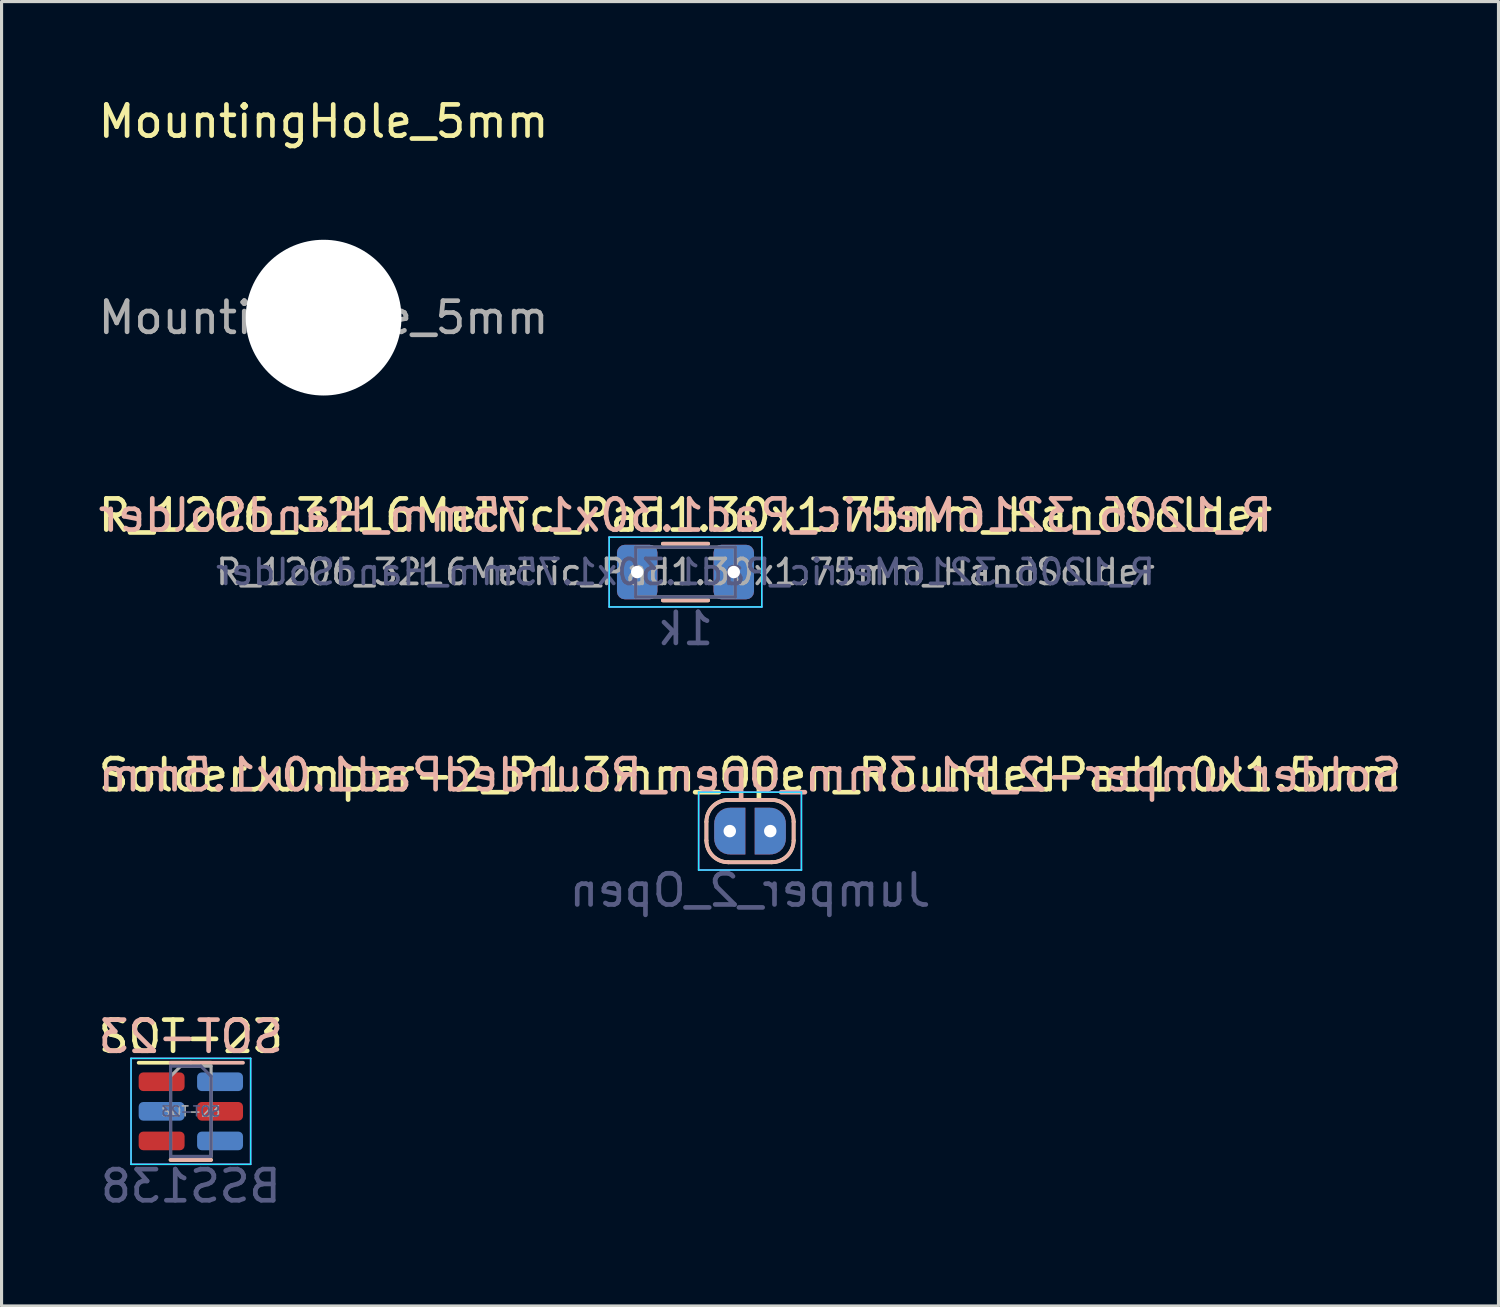
<source format=kicad_pcb>
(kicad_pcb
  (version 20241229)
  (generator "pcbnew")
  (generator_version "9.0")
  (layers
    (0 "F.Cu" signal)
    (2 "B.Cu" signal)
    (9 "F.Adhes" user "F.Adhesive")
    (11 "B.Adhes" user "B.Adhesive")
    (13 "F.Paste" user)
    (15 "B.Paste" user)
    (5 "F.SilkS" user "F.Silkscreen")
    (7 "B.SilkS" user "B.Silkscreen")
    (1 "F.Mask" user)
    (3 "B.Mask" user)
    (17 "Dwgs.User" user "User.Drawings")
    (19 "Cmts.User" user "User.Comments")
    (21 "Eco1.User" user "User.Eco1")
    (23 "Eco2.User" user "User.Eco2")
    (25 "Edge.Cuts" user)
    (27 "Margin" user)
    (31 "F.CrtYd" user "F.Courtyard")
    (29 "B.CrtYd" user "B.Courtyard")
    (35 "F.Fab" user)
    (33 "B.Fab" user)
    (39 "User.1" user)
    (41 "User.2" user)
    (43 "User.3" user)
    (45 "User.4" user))
  (footprint "SOT-23"
    (layer "F.Cu")
    (at 3.077 32.63)
    (property "Reference" "SOT-23" (at 0 -2.4 0) (layer "F.SilkS") (effects (font (size 1 1) (thickness 0.15))))
    (property "Value" "BSS138" (at 0 2.4 0) (layer "F.Fab") (hide yes) (effects (font (size 1 1) (thickness 0.15))))
    (attr smd)
    (fp_line (start 0 -1.56) (end -1.675 -1.56) (stroke (width 0.12) (type solid)) (layer "F.SilkS"))
    (fp_line (start 0 -1.56) (end 0.65 -1.56) (stroke (width 0.12) (type solid)) (layer "F.SilkS"))
    (fp_line (start 0 1.56) (end -0.65 1.56) (stroke (width 0.12) (type solid)) (layer "F.SilkS"))
    (fp_line (start 0 1.56) (end 0.65 1.56) (stroke (width 0.12) (type solid)) (layer "F.SilkS"))
    (fp_line (start 0 -1.56) (end -0.65 -1.56) (stroke (width 0.12) (type solid)) (layer "B.SilkS"))
    (fp_line (start 0 -1.56) (end 1.675 -1.56) (stroke (width 0.12) (type solid)) (layer "B.SilkS"))
    (fp_line (start 0 1.56) (end -0.65 1.56) (stroke (width 0.12) (type solid)) (layer "B.SilkS"))
    (fp_line (start 0 1.56) (end 0.65 1.56) (stroke (width 0.12) (type solid)) (layer "B.SilkS"))
    (fp_line (start -1.92 -1.7) (end 1.92 -1.7) (stroke (width 0.05) (type solid)) (layer "B.CrtYd"))
    (fp_line (start -1.92 1.7) (end -1.92 -1.7) (stroke (width 0.05) (type solid)) (layer "B.CrtYd"))
    (fp_line (start 1.92 -1.7) (end 1.92 1.7) (stroke (width 0.05) (type solid)) (layer "B.CrtYd"))
    (fp_line (start 1.92 1.7) (end -1.92 1.7) (stroke (width 0.05) (type solid)) (layer "B.CrtYd"))
    (fp_line (start -1.92 -1.7) (end -1.92 1.7) (stroke (width 0.05) (type solid)) (layer "F.CrtYd"))
    (fp_line (start -1.92 1.7) (end 1.92 1.7) (stroke (width 0.05) (type solid)) (layer "F.CrtYd"))
    (fp_line (start 1.92 -1.7) (end -1.92 -1.7) (stroke (width 0.05) (type solid)) (layer "F.CrtYd"))
    (fp_line (start 1.92 1.7) (end 1.92 -1.7) (stroke (width 0.05) (type solid)) (layer "F.CrtYd"))
    (fp_line (start -0.65 -1.45) (end -0.65 1.45) (stroke (width 0.1) (type solid)) (layer "B.Fab"))
    (fp_line (start -0.65 1.45) (end 0.65 1.45) (stroke (width 0.1) (type solid)) (layer "B.Fab"))
    (fp_line (start 0.325 -1.45) (end -0.65 -1.45) (stroke (width 0.1) (type solid)) (layer "B.Fab"))
    (fp_line (start 0.65 -1.125) (end 0.325 -1.45) (stroke (width 0.1) (type solid)) (layer "B.Fab"))
    (fp_line (start 0.65 1.45) (end 0.65 -1.125) (stroke (width 0.1) (type solid)) (layer "B.Fab"))
    (fp_line (start -0.65 -1.125) (end -0.325 -1.45) (stroke (width 0.1) (type solid)) (layer "F.Fab"))
    (fp_line (start -0.65 1.45) (end -0.65 -1.125) (stroke (width 0.1) (type solid)) (layer "F.Fab"))
    (fp_line (start -0.325 -1.45) (end 0.65 -1.45) (stroke (width 0.1) (type solid)) (layer "F.Fab"))
    (fp_line (start 0.65 -1.45) (end 0.65 1.45) (stroke (width 0.1) (type solid)) (layer "F.Fab"))
    (fp_line (start 0.65 1.45) (end -0.65 1.45) (stroke (width 0.1) (type solid)) (layer "F.Fab"))
    (fp_text user "${REFERENCE}" (at 0 -2.4 0) (layer "B.SilkS") (effects (font (size 1 1) (thickness 0.15)) (justify mirror)))
    (fp_text user "${VALUE}" (at 0 2.4 0) (layer "B.Fab") (effects (font (size 1 1) (thickness 0.15)) (justify mirror)))
    (fp_text user "${REFERENCE}" (at 0 0 0) (layer "B.Fab") (effects (font (size 0.32 0.32) (thickness 0.05)) (justify mirror)))
    (fp_text user "${REFERENCE}" (at 0 0 0) (layer "F.Fab") (effects (font (size 0.32 0.32) (thickness 0.05))))
    (pad "1" smd roundrect (at -0.938 -0.95) (size 1.475 0.6) (layers "F.Cu" "F.Mask" "F.Paste") (roundrect_rratio 0.25))
    (pad "1" smd roundrect (at 0.938 -0.95) (size 1.475 0.6) (layers "B.Cu" "B.Mask" "B.Paste") (roundrect_rratio 0.25))
    (pad "2" smd roundrect (at -0.938 0.95) (size 1.475 0.6) (layers "F.Cu" "F.Mask" "F.Paste") (roundrect_rratio 0.25))
    (pad "2" smd roundrect (at 0.938 0.95) (size 1.475 0.6) (layers "B.Cu" "B.Mask" "B.Paste") (roundrect_rratio 0.25))
    (pad "3" smd roundrect (at -0.938 0) (size 1.475 0.6) (layers "B.Cu" "B.Mask" "B.Paste") (roundrect_rratio 0.25))
    (pad "3" smd roundrect (at 0.938 0) (size 1.475 0.6) (layers "F.Cu" "F.Mask" "F.Paste") (roundrect_rratio 0.25)))
  (footprint "R_1206_3216Metric_Pad1.30x1.75mm_HandSolder"
    (layer "F.Cu")
    (at 18.958 15.316)
    (property "Reference" "R_1206_3216Metric_Pad1.30x1.75mm_HandSolder" (at 0 -1.82 0) (layer "F.SilkS") (effects (font (size 1 1) (thickness 0.15))))
    (property "Value" "1k" (at 0 1.82 0) (layer "F.Fab") (hide yes) (effects (font (size 1 1) (thickness 0.15))))
    (attr smd)
    (fp_line (start -0.727 -0.91) (end 0.727 -0.91) (stroke (width 0.12) (type solid)) (layer "F.SilkS"))
    (fp_line (start -0.727 0.91) (end 0.727 0.91) (stroke (width 0.12) (type solid)) (layer "F.SilkS"))
    (fp_line (start 0.727 -0.91) (end -0.727 -0.91) (stroke (width 0.12) (type solid)) (layer "B.SilkS"))
    (fp_line (start 0.727 0.91) (end -0.727 0.91) (stroke (width 0.12) (type solid)) (layer "B.SilkS"))
    (fp_line (start -2.45 -1.12) (end -2.45 1.12) (stroke (width 0.05) (type solid)) (layer "B.CrtYd"))
    (fp_line (start -2.45 1.12) (end 2.45 1.12) (stroke (width 0.05) (type solid)) (layer "B.CrtYd"))
    (fp_line (start 2.45 -1.12) (end -2.45 -1.12) (stroke (width 0.05) (type solid)) (layer "B.CrtYd"))
    (fp_line (start 2.45 1.12) (end 2.45 -1.12) (stroke (width 0.05) (type solid)) (layer "B.CrtYd"))
    (fp_line (start -2.45 -1.12) (end 2.45 -1.12) (stroke (width 0.05) (type solid)) (layer "F.CrtYd"))
    (fp_line (start -2.45 1.12) (end -2.45 -1.12) (stroke (width 0.05) (type solid)) (layer "F.CrtYd"))
    (fp_line (start 2.45 -1.12) (end 2.45 1.12) (stroke (width 0.05) (type solid)) (layer "F.CrtYd"))
    (fp_line (start 2.45 1.12) (end -2.45 1.12) (stroke (width 0.05) (type solid)) (layer "F.CrtYd"))
    (fp_line (start -1.6 -0.8) (end -1.6 0.8) (stroke (width 0.1) (type solid)) (layer "B.Fab"))
    (fp_line (start -1.6 0.8) (end 1.6 0.8) (stroke (width 0.1) (type solid)) (layer "B.Fab"))
    (fp_line (start 1.6 -0.8) (end -1.6 -0.8) (stroke (width 0.1) (type solid)) (layer "B.Fab"))
    (fp_line (start 1.6 0.8) (end 1.6 -0.8) (stroke (width 0.1) (type solid)) (layer "B.Fab"))
    (fp_line (start -1.6 -0.8) (end 1.6 -0.8) (stroke (width 0.1) (type solid)) (layer "F.Fab"))
    (fp_line (start -1.6 0.8) (end -1.6 -0.8) (stroke (width 0.1) (type solid)) (layer "F.Fab"))
    (fp_line (start 1.6 -0.8) (end 1.6 0.8) (stroke (width 0.1) (type solid)) (layer "F.Fab"))
    (fp_line (start 1.6 0.8) (end -1.6 0.8) (stroke (width 0.1) (type solid)) (layer "F.Fab"))
    (fp_text user "${REFERENCE}" (at 0 -1.82 0) (layer "B.SilkS") (effects (font (size 1 1) (thickness 0.15)) (justify mirror)))
    (fp_text user "${REFERENCE}" (at 0 0 0) (layer "B.Fab") (effects (font (size 0.8 0.8) (thickness 0.12)) (justify mirror)))
    (fp_text user "${VALUE}" (at 0 1.82 0) (layer "B.Fab") (effects (font (size 1 1) (thickness 0.15)) (justify mirror)))
    (fp_text user "${REFERENCE}" (at 0 0 0) (layer "F.Fab") (effects (font (size 0.8 0.8) (thickness 0.12))))
    (pad "1" thru_hole circle (at 1.55 0) (size 0.8 0.8) (drill 0.4) (layers "*.Cu" "*.Mask"))
    (pad "1" smd roundrect (at 1.55 0) (size 1.3 1.75) (layers "F.Cu" "F.Mask" "F.Paste") (roundrect_rratio 0.192))
    (pad "1" smd roundrect (at 1.55 0) (size 1.3 1.75) (layers "B.Cu" "B.Mask" "B.Paste") (roundrect_rratio 0.192))
    (pad "2" thru_hole circle (at -1.55 0) (size 0.8 0.8) (drill 0.4) (layers "*.Cu" "*.Mask"))
    (pad "2" smd roundrect (at -1.55 0) (size 1.3 1.75) (layers "F.Cu" "F.Mask" "F.Paste") (roundrect_rratio 0.192))
    (pad "2" smd roundrect (at -1.55 0) (size 1.3 1.75) (layers "B.Cu" "B.Mask" "B.Paste") (roundrect_rratio 0.192)))
  (footprint "MountingHole_5mm"
    (layer "F.Cu")
    (at 7.339 7.148)
    (property "Reference" "MountingHole_5mm" (at 0 -6.3 0) (layer "F.SilkS") (effects (font (size 1 1) (thickness 0.15))))
    (attr exclude_from_pos_files)
    (fp_text user "${REFERENCE}" (at 0 0 0) (layer "F.Fab") (effects (font (size 1 1) (thickness 0.15))))
    (pad "" np_thru_hole circle (at 0 0) (size 5 5) (drill 5) (layers "*.Cu" "*.Mask")))
  (footprint "SolderJumper-2_P1.3mm_Open_RoundedPad1.0x1.5mm"
    (layer "F.Cu")
    (at 21.03 23.633)
    (property "Reference" "SolderJumper-2_P1.3mm_Open_RoundedPad1.0x1.5mm" (at 0 -1.8 0) (layer "F.SilkS") (effects (font (size 1 1) (thickness 0.15))))
    (property "Value" "Jumper_2_Open" (at 0 1.9 0) (layer "F.Fab") (hide yes) (effects (font (size 1 1) (thickness 0.15))))
    (attr exclude_from_pos_files)
    (fp_line (start -1.4 0.3) (end -1.4 -0.3) (stroke (width 0.12) (type solid)) (layer "F.SilkS"))
    (fp_line (start -0.7 -1) (end 0.7 -1) (stroke (width 0.12) (type solid)) (layer "F.SilkS"))
    (fp_line (start 0.7 1) (end -0.7 1) (stroke (width 0.12) (type solid)) (layer "F.SilkS"))
    (fp_line (start 1.4 -0.3) (end 1.4 0.3) (stroke (width 0.12) (type solid)) (layer "F.SilkS"))
    (fp_arc (start -1.4 -0.3) (mid -1.194975 -0.794975) (end -0.7 -1) (stroke (width 0.12) (type solid)) (layer "F.SilkS"))
    (fp_arc (start -0.7 1) (mid -1.194975 0.794975) (end -1.4 0.3) (stroke (width 0.12) (type solid)) (layer "F.SilkS"))
    (fp_arc (start 0.7 -1) (mid 1.194975 -0.794975) (end 1.4 -0.3) (stroke (width 0.12) (type solid)) (layer "F.SilkS"))
    (fp_arc (start 1.4 0.3) (mid 1.194975 0.794975) (end 0.7 1) (stroke (width 0.12) (type solid)) (layer "F.SilkS"))
    (fp_line (start -1.4 -0.3) (end -1.4 0.3) (stroke (width 0.12) (type solid)) (layer "B.SilkS"))
    (fp_line (start -0.7 1) (end 0.7 1) (stroke (width 0.12) (type solid)) (layer "B.SilkS"))
    (fp_line (start 0.7 -1) (end -0.7 -1) (stroke (width 0.12) (type solid)) (layer "B.SilkS"))
    (fp_line (start 1.4 0.3) (end 1.4 -0.3) (stroke (width 0.12) (type solid)) (layer "B.SilkS"))
    (fp_arc (start -1.4 -0.3) (mid -1.194975 -0.794975) (end -0.7 -1) (stroke (width 0.12) (type solid)) (layer "B.SilkS"))
    (fp_arc (start -0.7 1) (mid -1.194975 0.794975) (end -1.4 0.3) (stroke (width 0.12) (type solid)) (layer "B.SilkS"))
    (fp_arc (start 0.7 -1) (mid 1.194975 -0.794975) (end 1.4 -0.3) (stroke (width 0.12) (type solid)) (layer "B.SilkS"))
    (fp_arc (start 1.4 0.3) (mid 1.194975 0.794975) (end 0.7 1) (stroke (width 0.12) (type solid)) (layer "B.SilkS"))
    (fp_line (start -1.65 1.25) (end -1.65 -1.25) (stroke (width 0.05) (type solid)) (layer "B.CrtYd"))
    (fp_line (start -1.65 1.25) (end 1.65 1.25) (stroke (width 0.05) (type solid)) (layer "B.CrtYd"))
    (fp_line (start 1.65 -1.25) (end -1.65 -1.25) (stroke (width 0.05) (type solid)) (layer "B.CrtYd"))
    (fp_line (start 1.65 -1.25) (end 1.65 1.25) (stroke (width 0.05) (type solid)) (layer "B.CrtYd"))
    (fp_line (start -1.65 -1.25) (end -1.65 1.25) (stroke (width 0.05) (type solid)) (layer "F.CrtYd"))
    (fp_line (start -1.65 -1.25) (end 1.65 -1.25) (stroke (width 0.05) (type solid)) (layer "F.CrtYd"))
    (fp_line (start 1.65 1.25) (end -1.65 1.25) (stroke (width 0.05) (type solid)) (layer "F.CrtYd"))
    (fp_line (start 1.65 1.25) (end 1.65 -1.25) (stroke (width 0.05) (type solid)) (layer "F.CrtYd"))
    (fp_text user "${REFERENCE}" (at 0 -1.8 0) (layer "B.SilkS") (effects (font (size 1 1) (thickness 0.15)) (justify mirror)))
    (fp_text user "${VALUE}" (at 0 1.9 0) (layer "B.Fab") (effects (font (size 1 1) (thickness 0.15)) (justify mirror)))
    (pad "1" thru_hole circle (at -0.65 0 180) (size 0.8 0.8) (drill 0.4) (layers "*.Cu" "*.Mask"))
    (pad "1" smd custom (at -0.65 0) (size 1 0.5) (layers "F.Cu" "F.Mask") (options (anchor rect)) (primitives (gr_circle (center 0 0.25) (end 0.5 0.25) (width 0) (fill yes)) (gr_circle (center 0 -0.25) (end 0.5 -0.25) (width 0) (fill yes)) (gr_poly (pts (xy 0.5 0.75) (xy 0 0.75) (xy 0 -0.75) (xy 0.5 -0.75)) (width 0) (fill yes))))
    (pad "1" smd custom (at -0.65 0 180) (size 1 0.5) (layers "B.Cu" "B.Mask") (options (anchor rect)) (primitives (gr_circle (center 0 0.25) (end -0.5 0.25) (width 0) (fill yes)) (gr_circle (center 0 -0.25) (end -0.5 -0.25) (width 0) (fill yes)) (gr_poly (pts (xy -0.5 0.75) (xy 0 0.75) (xy 0 -0.75) (xy -0.5 -0.75)) (width 0) (fill yes))))
    (pad "2" thru_hole circle (at 0.65 0 180) (size 0.8 0.8) (drill 0.4) (layers "*.Cu" "*.Mask"))
    (pad "2" smd custom (at 0.65 0) (size 1 0.5) (layers "F.Cu" "F.Mask") (options (anchor rect)) (primitives (gr_circle (center 0 0.25) (end 0.5 0.25) (width 0) (fill yes)) (gr_circle (center 0 -0.25) (end 0.5 -0.25) (width 0) (fill yes)) (gr_poly (pts (xy 0 0.75) (xy -0.5 0.75) (xy -0.5 -0.75) (xy 0 -0.75)) (width 0) (fill yes))))
    (pad "2" smd custom (at 0.65 0 180) (size 1 0.5) (layers "B.Cu" "B.Mask") (options (anchor rect)) (primitives (gr_circle (center 0 0.25) (end -0.5 0.25) (width 0) (fill yes)) (gr_circle (center 0 -0.25) (end -0.5 -0.25) (width 0) (fill yes)) (gr_poly (pts (xy 0 0.75) (xy 0.5 0.75) (xy 0.5 -0.75) (xy 0 -0.75)) (width 0) (fill yes)))))
  (gr_rect
    (start -3 -3)
    (end 45.06 38.878)
    (stroke (width 0.1) (type default))
    (fill no)
    (layer "Edge.Cuts")))
</source>
